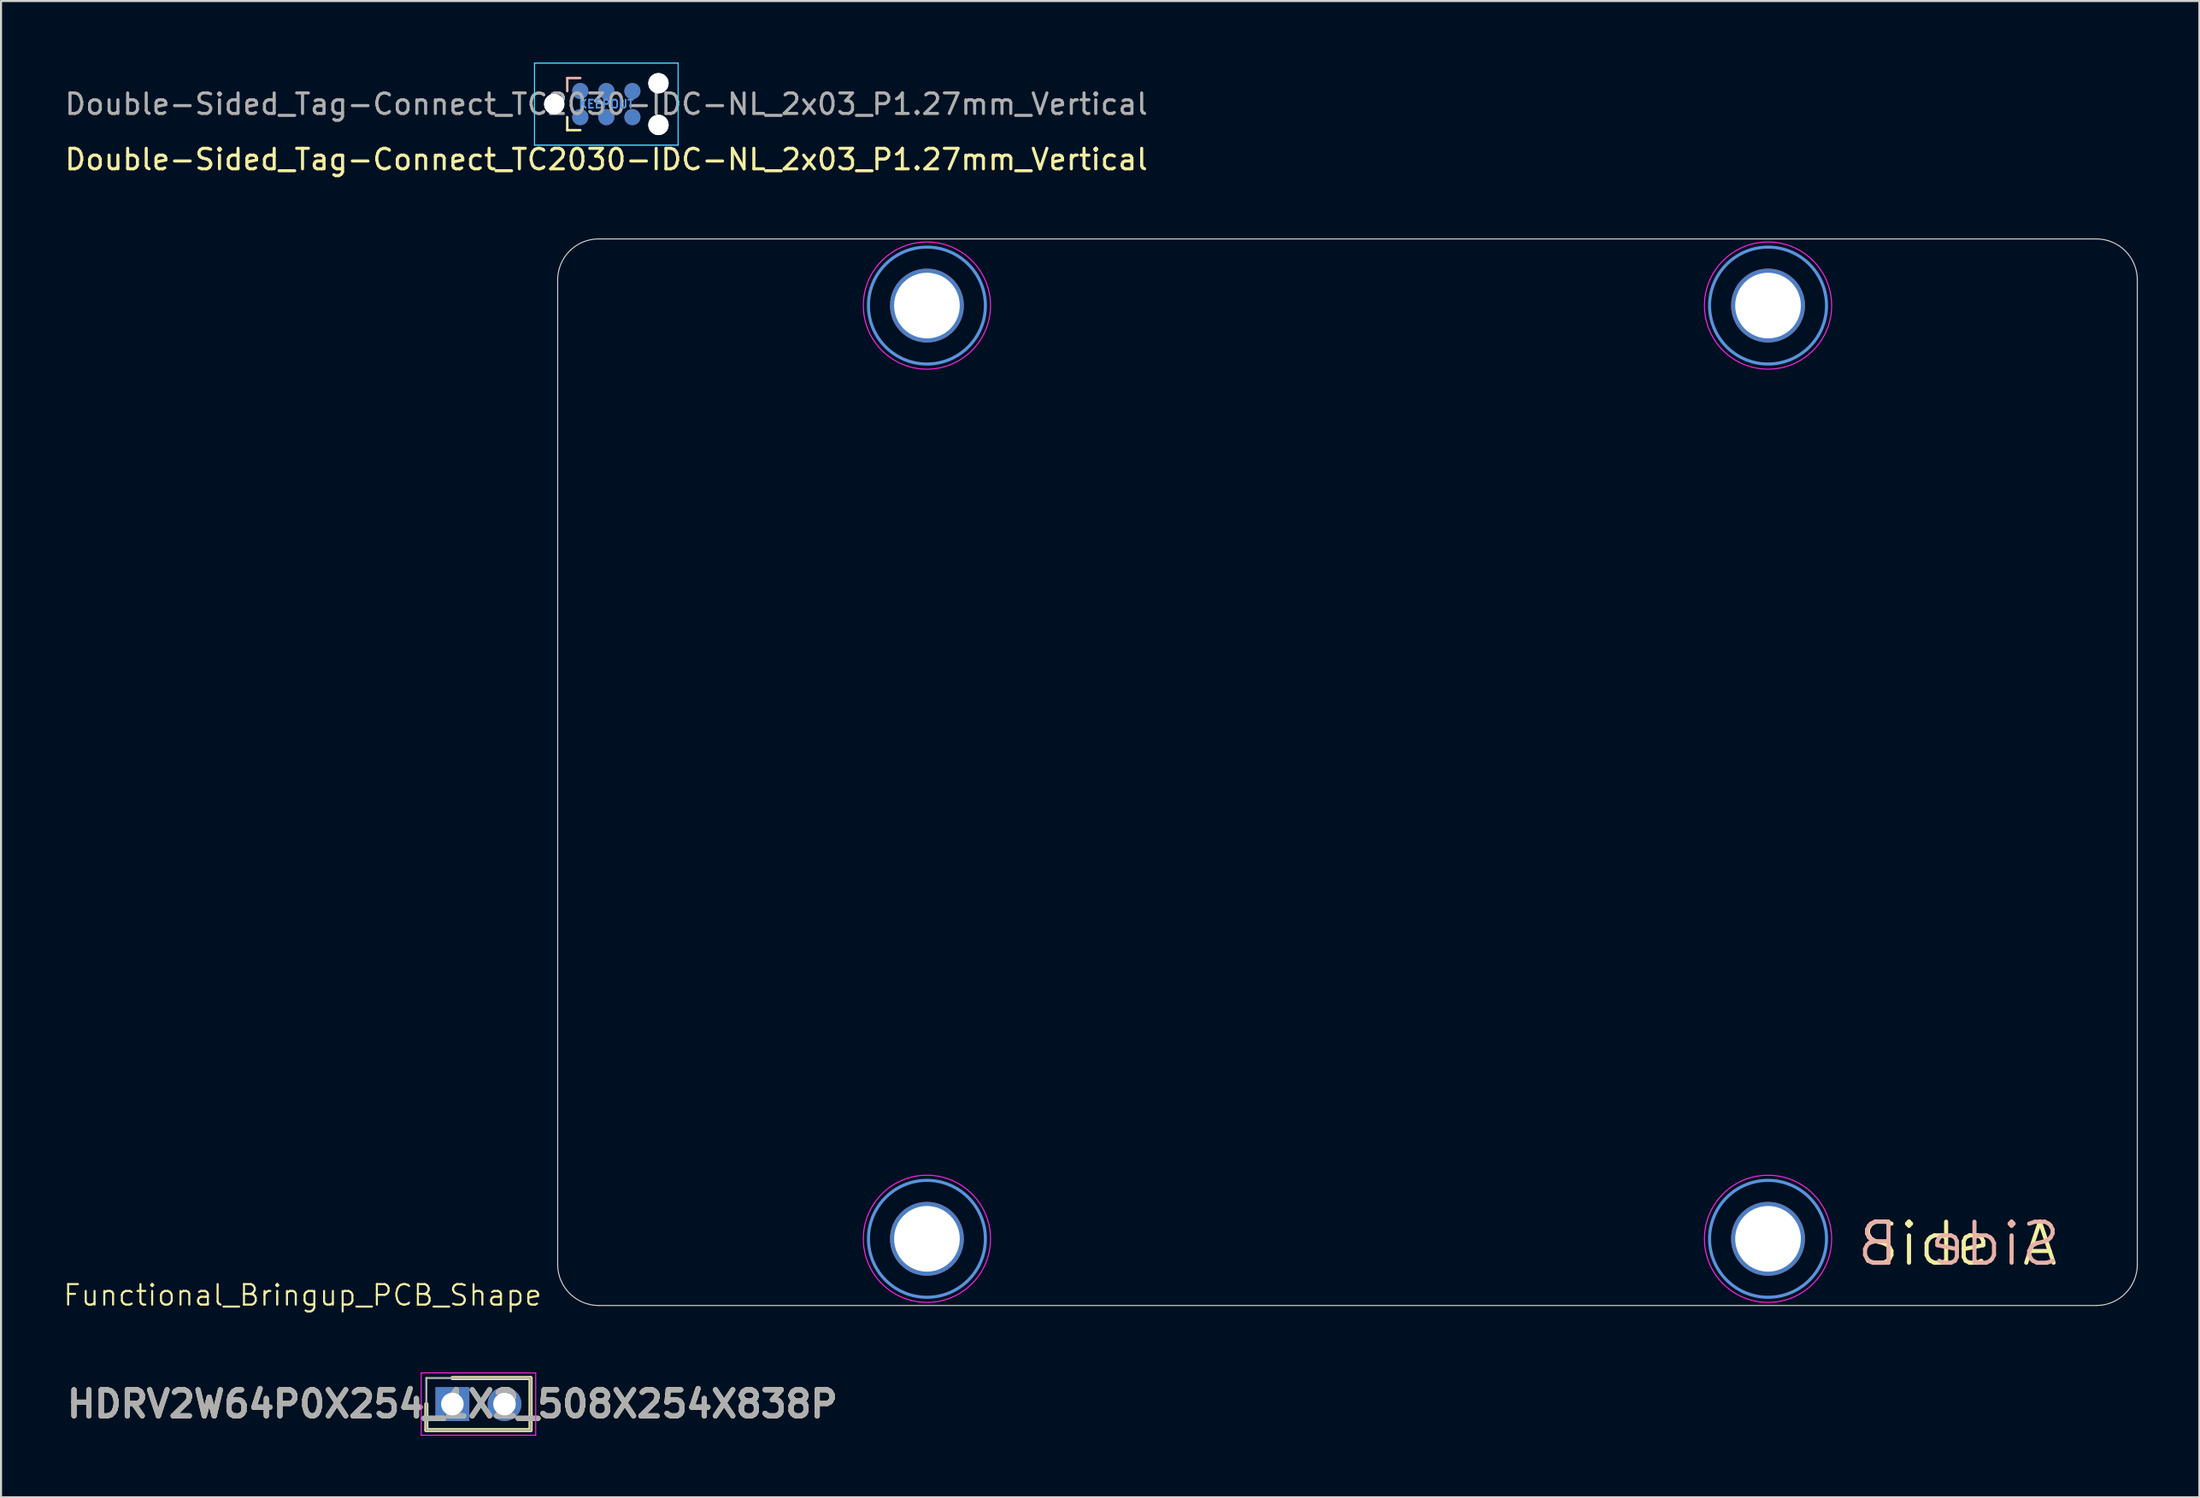
<source format=kicad_pcb>
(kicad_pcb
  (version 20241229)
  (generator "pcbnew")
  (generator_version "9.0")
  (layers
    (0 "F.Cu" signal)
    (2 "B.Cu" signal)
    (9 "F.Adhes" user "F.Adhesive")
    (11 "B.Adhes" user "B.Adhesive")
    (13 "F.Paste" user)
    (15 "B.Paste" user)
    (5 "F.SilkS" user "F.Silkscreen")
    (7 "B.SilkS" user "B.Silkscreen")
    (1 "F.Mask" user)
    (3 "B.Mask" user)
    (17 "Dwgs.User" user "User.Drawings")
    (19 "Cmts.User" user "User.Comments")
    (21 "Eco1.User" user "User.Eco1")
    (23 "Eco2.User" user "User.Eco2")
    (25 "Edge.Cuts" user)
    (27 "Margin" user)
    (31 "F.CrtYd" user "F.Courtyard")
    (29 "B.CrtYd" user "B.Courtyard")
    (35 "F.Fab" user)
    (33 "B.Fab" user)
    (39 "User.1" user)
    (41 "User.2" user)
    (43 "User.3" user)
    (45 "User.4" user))
  (footprint "Functional_Bringup_PCB_Shape"
    (layer "F.Cu")
    (at 23.433 60.598)
    (property "Reference" "Functional_Bringup_PCB_Shape" (at 0 -0.5 0) (unlocked yes) (layer "F.SilkS") (effects (font (size 1 1) (thickness 0.1)) (justify right)))
    (attr through_hole exclude_from_pos_files exclude_from_bom allow_missing_courtyard)
    (fp_circle (center 18.7 -48.75) (end 21.55 -48.75) (stroke (width 0.15) (type solid)) (fill no) (layer "Cmts.User"))
    (fp_circle (center 18.7 -3.25) (end 21.55 -3.25) (stroke (width 0.15) (type solid)) (fill no) (layer "Cmts.User"))
    (fp_circle (center 59.7 -48.75) (end 62.55 -48.75) (stroke (width 0.15) (type solid)) (fill no) (layer "Cmts.User"))
    (fp_circle (center 59.7 -3.25) (end 62.55 -3.25) (stroke (width 0.15) (type solid)) (fill no) (layer "Cmts.User"))
    (fp_line (start 0.7 -50) (end 0.7 -2) (stroke (width 0.05) (type default)) (layer "Edge.Cuts"))
    (fp_line (start 2.7 -52) (end 75.7 -52) (stroke (width 0.05) (type default)) (layer "Edge.Cuts"))
    (fp_line (start 75.7 0) (end 2.7 0) (stroke (width 0.05) (type default)) (layer "Edge.Cuts"))
    (fp_line (start 77.7 -50) (end 77.7 -2) (stroke (width 0.05) (type default)) (layer "Edge.Cuts"))
    (fp_arc (start 0.7 -50) (mid 1.285786 -51.414214) (end 2.7 -52) (stroke (width 0.05) (type default)) (layer "Edge.Cuts"))
    (fp_arc (start 2.7 0) (mid 1.285786 -0.585786) (end 0.7 -2) (stroke (width 0.05) (type default)) (layer "Edge.Cuts"))
    (fp_arc (start 75.7 -52) (mid 77.114214 -51.414214) (end 77.7 -50) (stroke (width 0.05) (type default)) (layer "Edge.Cuts"))
    (fp_arc (start 77.7 -2) (mid 77.114214 -0.585786) (end 75.7 0) (stroke (width 0.05) (type default)) (layer "Edge.Cuts"))
    (fp_circle (center 18.7 -48.75) (end 21.8 -48.75) (stroke (width 0.05) (type solid)) (fill no) (layer "F.CrtYd"))
    (fp_circle (center 18.7 -3.25) (end 21.8 -3.25) (stroke (width 0.05) (type solid)) (fill no) (layer "F.CrtYd"))
    (fp_circle (center 59.7 -48.75) (end 62.8 -48.75) (stroke (width 0.05) (type solid)) (fill no) (layer "F.CrtYd"))
    (fp_circle (center 59.7 -3.25) (end 62.8 -3.25) (stroke (width 0.05) (type solid)) (fill no) (layer "F.CrtYd"))
    (fp_text user "Side A" (at 69 -3 0) (unlocked yes) (layer "F.SilkS") (effects (font (size 2 2) (thickness 0.2))))
    (fp_text user "Side B" (at 69 -3 0) (unlocked yes) (layer "B.SilkS") (effects (font (size 2 2) (thickness 0.2)) (justify mirror)))
    (pad "1" thru_hole circle (at 18.7 -48.75) (size 3.6 3.6) (drill 3.2) (layers "*.Cu" "*.Mask"))
    (pad "2" thru_hole circle (at 59.7 -48.75) (size 3.6 3.6) (drill 3.2) (layers "*.Cu" "*.Mask"))
    (pad "3" thru_hole circle (at 18.7 -3.25) (size 3.6 3.6) (drill 3.2) (layers "*.Cu" "*.Mask"))
    (pad "4" thru_hole circle (at 59.7 -3.25) (size 3.6 3.6) (drill 3.2) (layers "*.Cu" "*.Mask")))
  (footprint "HDRV2W64P0X254_1X2_508X254X838P"
    (layer "F.Cu")
    (at 19.002 65.404)
    (property "Reference" "HDRV2W64P0X254_1X2_508X254X838P" (at 0 0 0) (layer "F.SilkS") (effects (font (size 1.27 1.27) (thickness 0.254))))
    (attr through_hole)
    (fp_line (start -1.27 0) (end -1.27 1.27) (stroke (width 0.2) (type solid)) (layer "F.SilkS"))
    (fp_line (start -1.27 1.27) (end 3.81 1.27) (stroke (width 0.2) (type solid)) (layer "F.SilkS"))
    (fp_line (start 3.81 -1.27) (end 0 -1.27) (stroke (width 0.2) (type solid)) (layer "F.SilkS"))
    (fp_line (start 3.81 1.27) (end 3.81 -1.27) (stroke (width 0.2) (type solid)) (layer "F.SilkS"))
    (fp_line (start -1.52 -1.52) (end 4.06 -1.52) (stroke (width 0.05) (type solid)) (layer "F.CrtYd"))
    (fp_line (start -1.52 1.52) (end -1.52 -1.52) (stroke (width 0.05) (type solid)) (layer "F.CrtYd"))
    (fp_line (start 4.06 -1.52) (end 4.06 1.52) (stroke (width 0.05) (type solid)) (layer "F.CrtYd"))
    (fp_line (start 4.06 1.52) (end -1.52 1.52) (stroke (width 0.05) (type solid)) (layer "F.CrtYd"))
    (fp_line (start -1.27 -1.27) (end 3.81 -1.27) (stroke (width 0.1) (type solid)) (layer "F.Fab"))
    (fp_line (start -1.27 1.27) (end -1.27 -1.27) (stroke (width 0.1) (type solid)) (layer "F.Fab"))
    (fp_line (start 3.81 -1.27) (end 3.81 1.27) (stroke (width 0.1) (type solid)) (layer "F.Fab"))
    (fp_line (start 3.81 1.27) (end -1.27 1.27) (stroke (width 0.1) (type solid)) (layer "F.Fab"))
    (fp_text user "${REFERENCE}" (at 0 0 0) (layer "F.Fab") (effects (font (size 1.27 1.27) (thickness 0.254))))
    (pad "1" thru_hole rect (at 0 0) (size 1.65 1.65) (drill 1.1) (layers "*.Cu" "*.Mask"))
    (pad "2" thru_hole circle (at 2.54 0) (size 1.65 1.65) (drill 1.1) (layers "*.Cu" "*.Mask")))
  (footprint "Double-Sided_Tag-Connect_TC2030-IDC-NL_2x03_P1.27mm_Vertical"
    (layer "F.Cu")
    (at 26.506 2.025)
    (property "Reference" "Double-Sided_Tag-Connect_TC2030-IDC-NL_2x03_P1.27mm_Vertical" (at 0 2.7 0) (layer "F.SilkS") (effects (font (size 1 1) (thickness 0.15))))
    (attr exclude_from_pos_files exclude_from_bom)
    (fp_line (start -1.905 1.27) (end -1.905 0.635) (stroke (width 0.12) (type solid)) (layer "F.SilkS"))
    (fp_line (start -1.27 1.27) (end -1.905 1.27) (stroke (width 0.12) (type solid)) (layer "F.SilkS"))
    (fp_line (start -1.905 -1.27) (end -1.905 -0.635) (stroke (width 0.12) (type solid)) (layer "B.SilkS"))
    (fp_line (start -1.27 -1.27) (end -1.905 -1.27) (stroke (width 0.12) (type solid)) (layer "B.SilkS"))
    (fp_line (start -3.5 -2) (end -3.5 2) (stroke (width 0.05) (type solid)) (layer "B.CrtYd"))
    (fp_line (start -3.5 2) (end 3.5 2) (stroke (width 0.05) (type solid)) (layer "B.CrtYd"))
    (fp_line (start 3.5 -2) (end -3.5 -2) (stroke (width 0.05) (type solid)) (layer "B.CrtYd"))
    (fp_line (start 3.5 2) (end 3.5 -2) (stroke (width 0.05) (type solid)) (layer "B.CrtYd"))
    (fp_line (start -3.5 -2) (end 3.5 -2) (stroke (width 0.05) (type solid)) (layer "F.CrtYd"))
    (fp_line (start -3.5 2) (end -3.5 -2) (stroke (width 0.05) (type solid)) (layer "F.CrtYd"))
    (fp_line (start 3.5 -2) (end 3.5 2) (stroke (width 0.05) (type solid)) (layer "F.CrtYd"))
    (fp_line (start 3.5 2) (end -3.5 2) (stroke (width 0.05) (type solid)) (layer "F.CrtYd"))
    (fp_text user "KEEPOUT" (at 0 0 0) (layer "Cmts.User") (effects (font (size 0.4 0.4) (thickness 0.07))))
    (fp_text user "KEEPOUT" (at 0 0 180) (layer "Cmts.User") (effects (font (size 0.4 0.4) (thickness 0.07))))
    (fp_text user "${REFERENCE}" (at 0 0 0) (layer "F.Fab") (effects (font (size 1 1) (thickness 0.15))))
    (pad "" np_thru_hole circle (at -2.54 0 180) (size 0.991 0.991) (drill 0.991) (layers "*.Cu" "*.Mask"))
    (pad "" np_thru_hole circle (at -2.54 0) (size 0.991 0.991) (drill 0.991) (layers "*.Cu" "*.Mask"))
    (pad "" np_thru_hole circle (at 2.54 -1.016) (size 0.991 0.991) (drill 0.991) (layers "*.Cu" "*.Mask"))
    (pad "" np_thru_hole circle (at 2.54 -1.016 180) (size 0.991 0.991) (drill 0.991) (layers "*.Cu" "*.Mask"))
    (pad "" np_thru_hole circle (at 2.54 1.016 180) (size 0.991 0.991) (drill 0.991) (layers "*.Cu" "*.Mask"))
    (pad "" np_thru_hole circle (at 2.54 1.016) (size 0.991 0.991) (drill 0.991) (layers "*.Cu" "*.Mask"))
    (pad "1" connect circle (at -1.27 -0.635 180) (size 0.787 0.787) (layers "B.Cu" "B.Mask"))
    (pad "1" connect circle (at -1.27 0.635) (size 0.787 0.787) (layers "F.Cu" "F.Mask"))
    (pad "2" connect circle (at -1.27 -0.635) (size 0.787 0.787) (layers "F.Cu" "F.Mask"))
    (pad "2" connect circle (at -1.27 0.635 180) (size 0.787 0.787) (layers "B.Cu" "B.Mask"))
    (pad "3" connect circle (at 0 -0.635 180) (size 0.787 0.787) (layers "B.Cu" "B.Mask"))
    (pad "3" connect circle (at 0 0.635) (size 0.787 0.787) (layers "F.Cu" "F.Mask"))
    (pad "4" connect circle (at 0 -0.635) (size 0.787 0.787) (layers "F.Cu" "F.Mask"))
    (pad "4" connect circle (at 0 0.635 180) (size 0.787 0.787) (layers "B.Cu" "B.Mask"))
    (pad "5" connect circle (at 1.27 -0.635 180) (size 0.787 0.787) (layers "B.Cu" "B.Mask"))
    (pad "5" connect circle (at 1.27 0.635) (size 0.787 0.787) (layers "F.Cu" "F.Mask"))
    (pad "6" connect circle (at 1.27 -0.635) (size 0.787 0.787) (layers "F.Cu" "F.Mask"))
    (pad "6" connect circle (at 1.27 0.635 180) (size 0.787 0.787) (layers "B.Cu" "B.Mask"))
    (zone (net_name "") (layer "F.Cu") (hatch full 0.508) (connect_pads) (min_thickness 0.254) (filled_areas_thickness no) (keepout (tracks allowed) (vias not_allowed) (pads allowed) (copperpour not_allowed) (footprints not_allowed)) (placement (enabled no)) (fill) (polygon (pts (xy 27.776 1.39) (xy 25.236 1.39) (xy 25.236 2.66) (xy 27.776 2.66))))
    (zone (net_name "") (layer "B.Cu") (hatch full 0.508) (connect_pads) (min_thickness 0.254) (filled_areas_thickness no) (keepout (tracks allowed) (vias not_allowed) (pads allowed) (copperpour not_allowed) (footprints not_allowed)) (placement (enabled no)) (fill) (polygon (pts (xy 27.776 2.66) (xy 25.236 2.66) (xy 25.236 1.39) (xy 27.776 1.39)))))
  (gr_rect
    (start -3 -3)
    (end 104.158 69.949)
    (stroke (width 0.1) (type default))
    (fill no)
    (layer "Edge.Cuts")))
</source>
